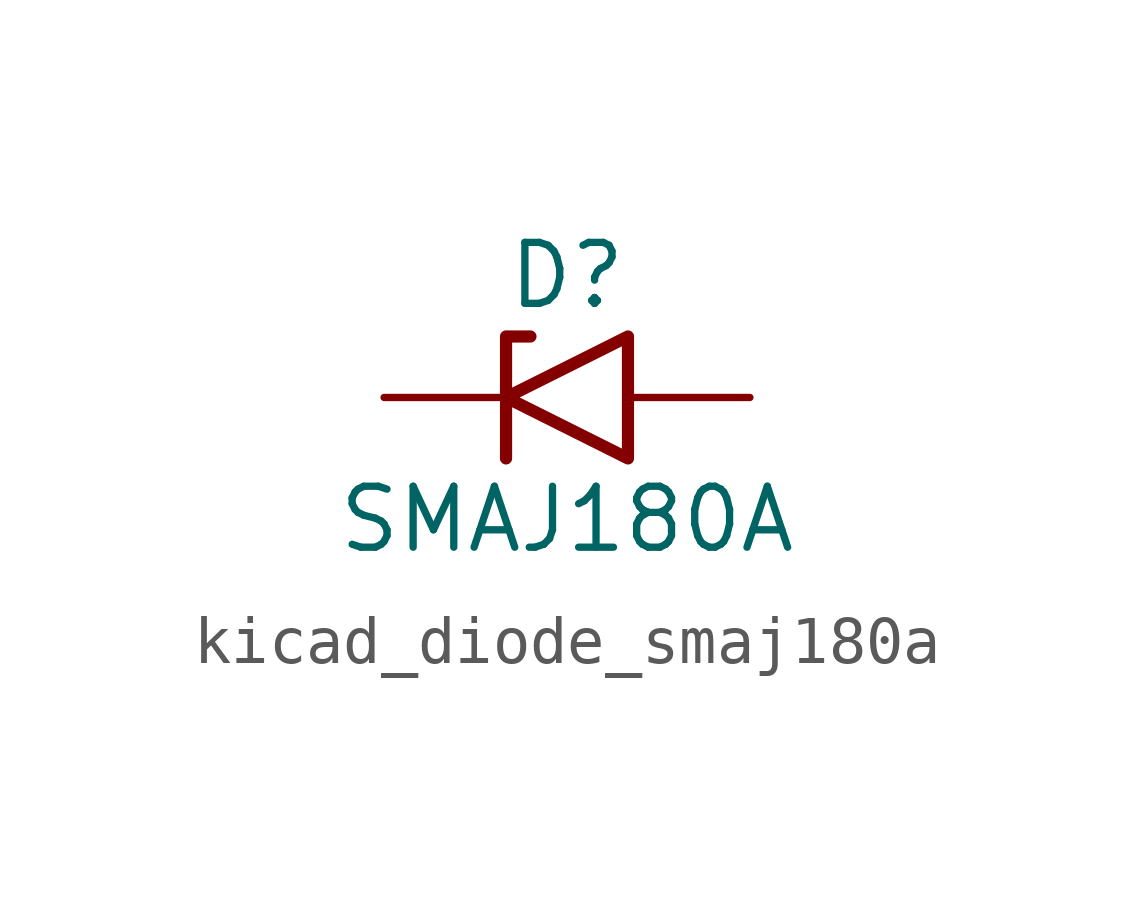
<source format=kicad_sym>
(kicad_symbol_lib
  (version 20220914)
  (generator kicad_symbol_editor)
  (symbol "kicad_diode_smaj180a"
    (pin_numbers hide)
    (pin_names
      (offset 1.016) hide)
    (property "Reference" "D"
      (at 0 2.54 0)
      (effects (font (size 1.27 1.27))))
    (property "Value" "SMAJ180A"
      (at 0 -2.54 0)
      (effects (font (size 1.27 1.27))))
    (symbol "kicad_diode_smaj180a_0_1"
      (polyline (pts (xy -0.762 1.27) (xy -1.27 1.27) (xy -1.27 -1.27)) (stroke (width 0.254) (type default)) (fill (type none)))
      (polyline (pts (xy 1.27 1.27) (xy 1.27 -1.27) (xy -1.27 0) (xy 1.27 1.27)) (stroke (width 0.254) (type default)) (fill (type none))))
    (symbol "kicad_diode_smaj180a_1_1"
      (pin passive line (at -3.81 0 0) (length 2.54) (name "A1" (effects (font (size 1.27 1.27)))) (number "1" (effects (font (size 1.27 1.27)))))
      (pin passive line (at 3.81 0 180) (length 2.54) (name "A2" (effects (font (size 1.27 1.27)))) (number "2" (effects (font (size 1.27 1.27))))))))
</source>
